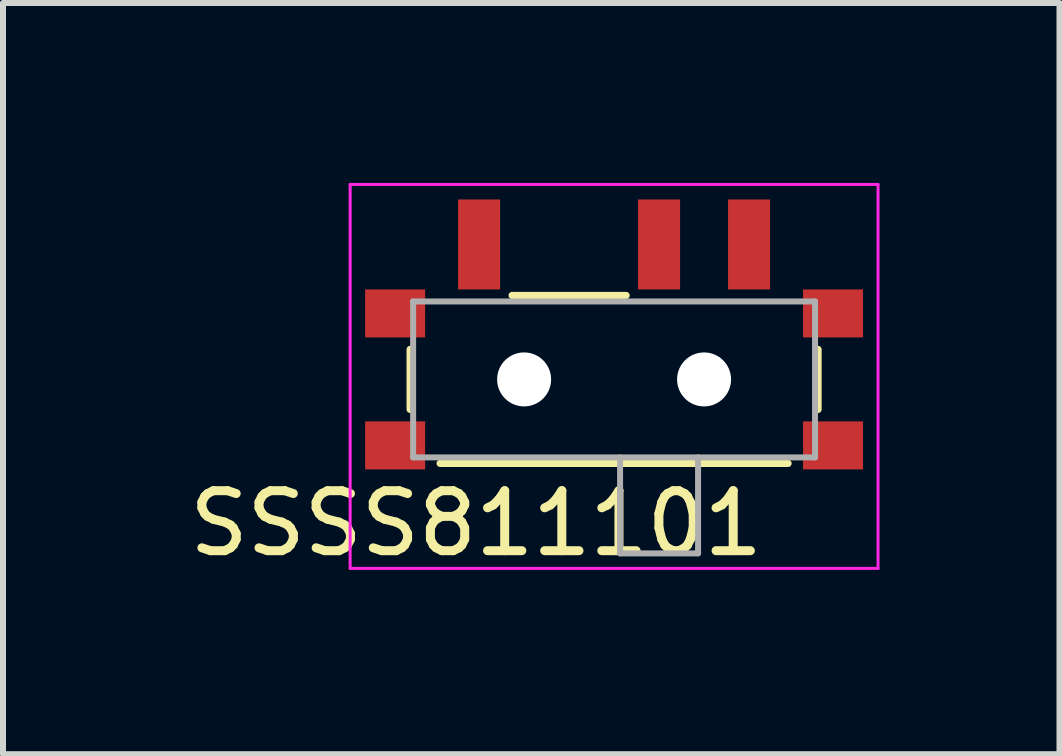
<source format=kicad_pcb>
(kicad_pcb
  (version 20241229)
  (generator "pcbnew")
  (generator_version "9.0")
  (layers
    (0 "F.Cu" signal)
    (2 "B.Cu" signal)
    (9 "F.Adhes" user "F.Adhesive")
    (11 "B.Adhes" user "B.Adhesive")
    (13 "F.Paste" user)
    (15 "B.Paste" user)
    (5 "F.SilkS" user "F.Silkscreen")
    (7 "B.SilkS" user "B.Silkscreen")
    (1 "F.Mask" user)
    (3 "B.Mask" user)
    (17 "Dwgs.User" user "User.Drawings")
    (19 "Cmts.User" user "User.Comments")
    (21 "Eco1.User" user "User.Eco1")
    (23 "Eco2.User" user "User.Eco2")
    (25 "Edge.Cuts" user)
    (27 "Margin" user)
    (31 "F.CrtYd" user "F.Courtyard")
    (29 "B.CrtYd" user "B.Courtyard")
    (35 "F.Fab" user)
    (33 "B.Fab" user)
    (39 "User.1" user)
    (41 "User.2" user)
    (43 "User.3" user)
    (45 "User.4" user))
  (footprint "SSSS811101"
    (layer "F.Cu")
    (at 7.187 3.275)
    (property "Reference" "SSSS811101" (at -2.3 2.4 0) (layer "F.SilkS") (effects (font (size 1 1) (thickness 0.15))))
    (attr through_hole)
    (fp_line (start -3.4 -0.5) (end -3.4 0.5) (stroke (width 0.12) (type solid)) (layer "F.SilkS"))
    (fp_line (start -2.9 1.4) (end 2.9 1.4) (stroke (width 0.12) (type solid)) (layer "F.SilkS"))
    (fp_line (start -1.7 -1.4) (end 0.2 -1.4) (stroke (width 0.12) (type solid)) (layer "F.SilkS"))
    (fp_line (start 3.4 -0.5) (end 3.4 0.5) (stroke (width 0.12) (type solid)) (layer "F.SilkS"))
    (fp_line (start -4.4 -3.25) (end -4.4 3.15) (stroke (width 0.05) (type solid)) (layer "F.CrtYd"))
    (fp_line (start -4.4 -3.25) (end 4.4 -3.25) (stroke (width 0.05) (type solid)) (layer "F.CrtYd"))
    (fp_line (start -4.4 3.15) (end 4.4 3.15) (stroke (width 0.05) (type solid)) (layer "F.CrtYd"))
    (fp_line (start 4.4 3.15) (end 4.4 -3.25) (stroke (width 0.05) (type solid)) (layer "F.CrtYd"))
    (fp_line (start -3.35 -1.3) (end 3.35 -1.3) (stroke (width 0.1) (type solid)) (layer "F.Fab"))
    (fp_line (start -3.35 1.3) (end -3.35 -1.3) (stroke (width 0.1) (type solid)) (layer "F.Fab"))
    (fp_line (start 0.1 1.3) (end 0.1 2.9) (stroke (width 0.1) (type solid)) (layer "F.Fab"))
    (fp_line (start 0.1 2.9) (end 1.4 2.9) (stroke (width 0.1) (type solid)) (layer "F.Fab"))
    (fp_line (start 1.4 2.9) (end 1.4 1.3) (stroke (width 0.1) (type solid)) (layer "F.Fab"))
    (fp_line (start 3.35 -1.3) (end 3.35 1.3) (stroke (width 0.1) (type solid)) (layer "F.Fab"))
    (fp_line (start 3.35 1.3) (end -3.35 1.3) (stroke (width 0.1) (type solid)) (layer "F.Fab"))
    (pad "" smd rect (at -3.65 -1.1) (size 1 0.8) (layers "F.Cu" "F.Mask" "F.Paste"))
    (pad "" smd rect (at -3.65 1.1) (size 1 0.8) (layers "F.Cu" "F.Mask" "F.Paste"))
    (pad "" np_thru_hole circle (at -1.5 0) (size 0.9 0.9) (drill 0.9) (layers "*.Cu" "*.Mask"))
    (pad "" np_thru_hole circle (at 1.5 0) (size 0.9 0.9) (drill 0.9) (layers "*.Cu" "*.Mask"))
    (pad "" smd rect (at 3.65 -1.1) (size 1 0.8) (layers "F.Cu" "F.Mask" "F.Paste"))
    (pad "" smd rect (at 3.65 1.1) (size 1 0.8) (layers "F.Cu" "F.Mask" "F.Paste"))
    (pad "1" smd rect (at -2.25 -2.25) (size 0.7 1.5) (layers "F.Cu" "F.Mask" "F.Paste"))
    (pad "2" smd rect (at 0.75 -2.25) (size 0.7 1.5) (layers "F.Cu" "F.Mask" "F.Paste"))
    (pad "3" smd rect (at 2.25 -2.25) (size 0.7 1.5) (layers "F.Cu" "F.Mask" "F.Paste")))
  (gr_rect
    (start -3 -3)
    (end 14.612 9.523)
    (stroke (width 0.1) (type default))
    (fill no)
    (layer "Edge.Cuts")))
</source>
